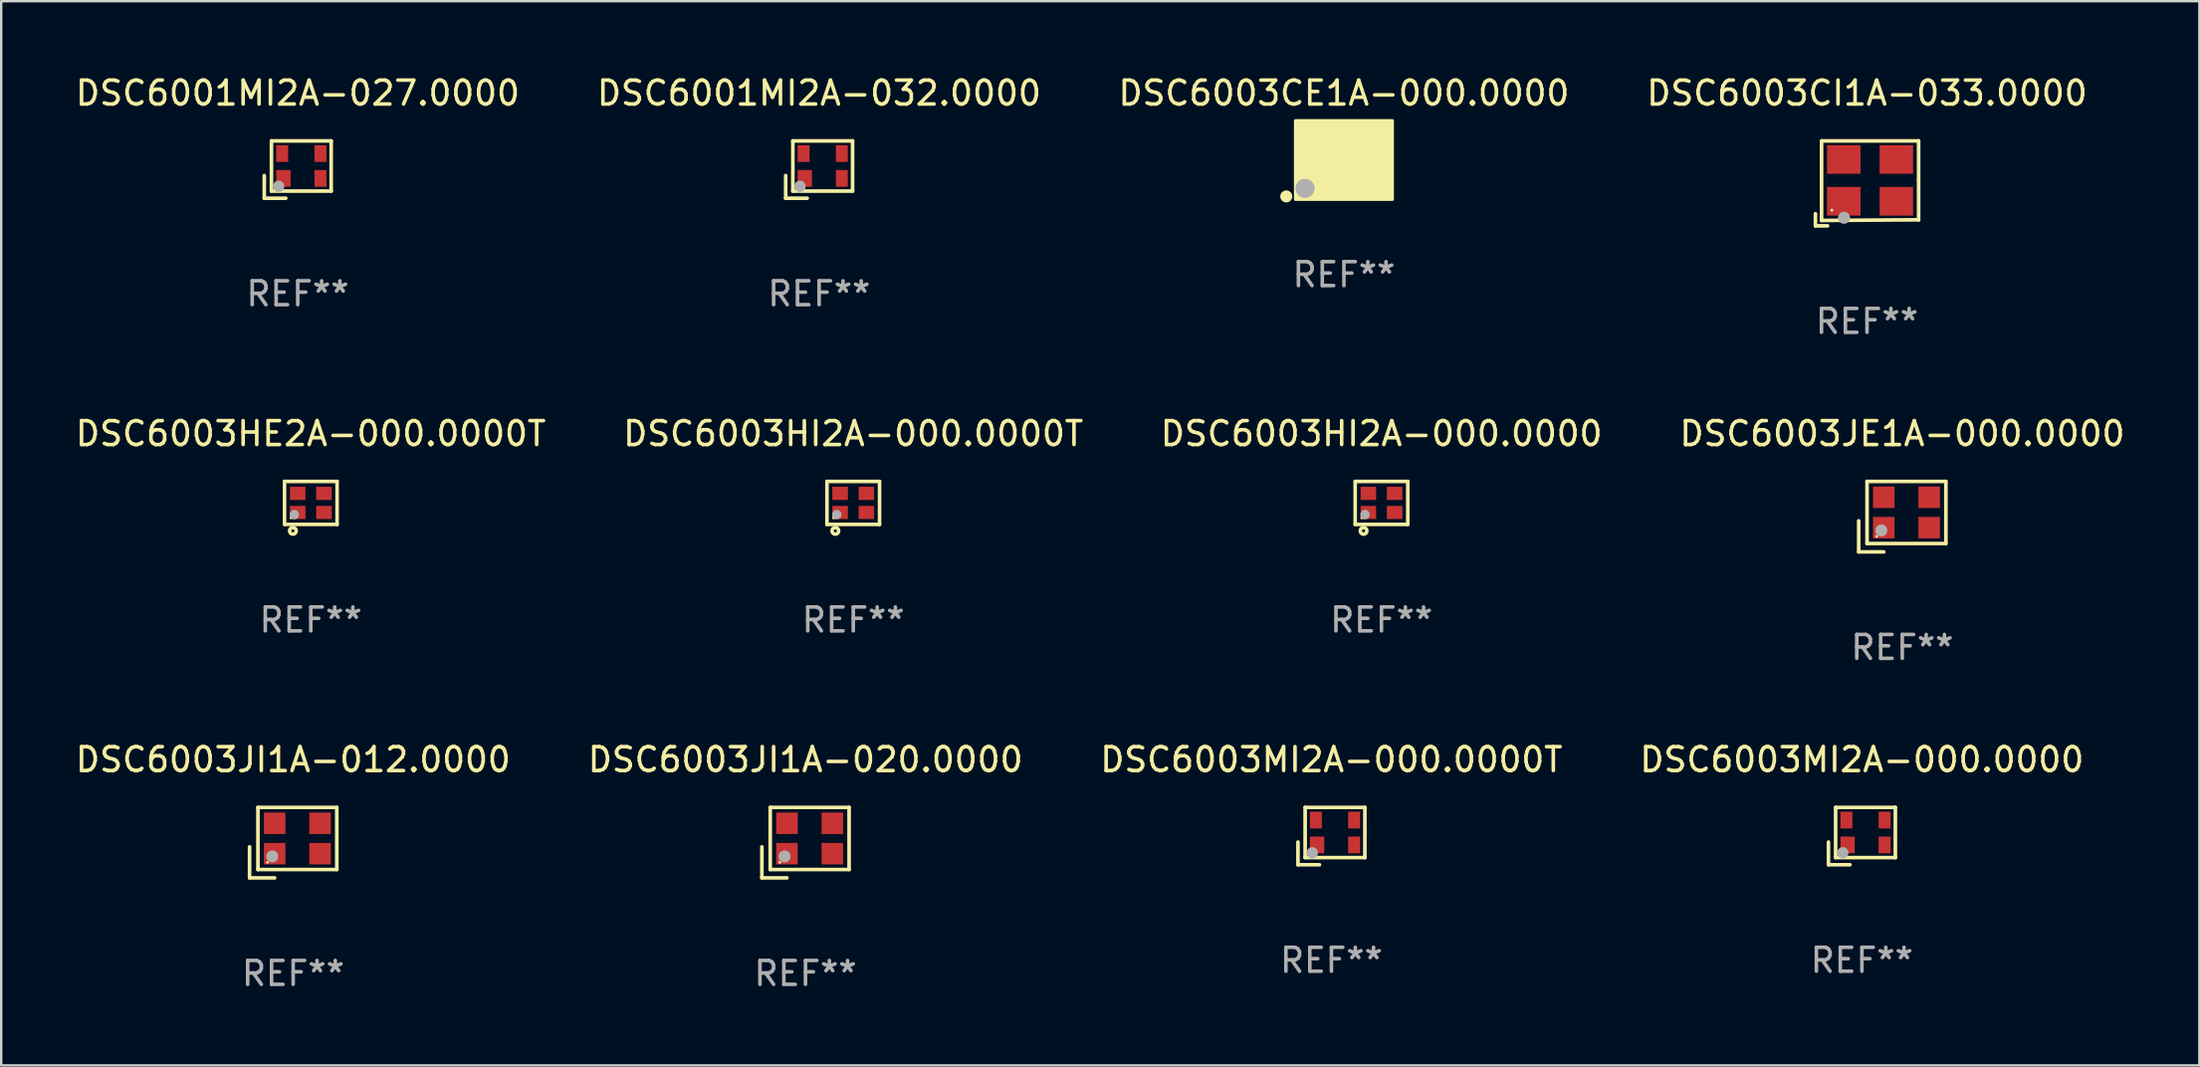
<source format=kicad_pcb>
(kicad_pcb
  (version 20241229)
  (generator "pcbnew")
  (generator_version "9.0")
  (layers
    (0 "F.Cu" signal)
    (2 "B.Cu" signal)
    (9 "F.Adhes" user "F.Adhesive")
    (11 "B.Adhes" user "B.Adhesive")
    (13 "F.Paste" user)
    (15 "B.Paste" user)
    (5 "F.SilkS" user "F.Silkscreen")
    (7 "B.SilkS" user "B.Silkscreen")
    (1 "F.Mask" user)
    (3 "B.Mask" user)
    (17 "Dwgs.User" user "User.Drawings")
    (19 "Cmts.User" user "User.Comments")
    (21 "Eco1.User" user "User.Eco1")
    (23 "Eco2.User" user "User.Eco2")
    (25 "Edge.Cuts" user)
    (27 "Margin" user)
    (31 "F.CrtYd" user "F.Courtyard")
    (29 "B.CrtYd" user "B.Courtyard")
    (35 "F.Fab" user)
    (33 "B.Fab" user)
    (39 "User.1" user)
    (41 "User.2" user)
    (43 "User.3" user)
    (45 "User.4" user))
  (footprint "DSC6003CI1A-033.0000"
    (layer "F.Cu")
    (at 75.089 4.626)
    (property "Reference" "DSC6003CI1A-033.0000" (at 0 -3.778 0) (layer "F.SilkS") (effects (font (size 1 1) (thickness 0.15))))
    (attr through_hole)
    (fp_line (start -2.159 1.27) (end -2.159 1.778) (stroke (width 0.152) (type solid)) (layer "F.SilkS"))
    (fp_line (start -2.159 1.778) (end -1.651 1.778) (stroke (width 0.152) (type solid)) (layer "F.SilkS"))
    (fp_line (start -1.902 -1.778) (end 2.159 -1.778) (stroke (width 0.152) (type solid)) (layer "F.SilkS"))
    (fp_line (start -1.902 1.552) (end -1.902 -1.778) (stroke (width 0.152) (type solid)) (layer "F.SilkS"))
    (fp_line (start 2.159 -1.778) (end 2.159 -0.127) (stroke (width 0.152) (type solid)) (layer "F.SilkS"))
    (fp_line (start 2.159 -0.127) (end 2.159 1.524) (stroke (width 0.152) (type solid)) (layer "F.SilkS"))
    (fp_line (start 2.159 1.524) (end -1.902 1.552) (stroke (width 0.152) (type solid)) (layer "F.SilkS"))
    (fp_line (start 2.159 1.524) (end 2.159 1.524) (stroke (width 0.152) (type solid)) (layer "F.SilkS"))
    (fp_circle (center -1.473 1.123) (end -1.443 1.123) (stroke (width 0.06) (type solid)) (fill no) (layer "F.SilkS"))
    (fp_circle (center -0.961 1.44) (end -0.834 1.44) (stroke (width 0.254) (type solid)) (fill no) (layer "F.Fab"))
    (fp_text user "REF**" (at 0 5.778 0) (layer "F.Fab") (effects (font (size 1 1) (thickness 0.15))))
    (pad "1" smd rect (at -0.973 0.748) (size 1.4 1.2) (layers "F.Cu" "F.Mask" "F.Paste"))
    (pad "2" smd rect (at 1.227 0.748) (size 1.4 1.2) (layers "F.Cu" "F.Mask" "F.Paste"))
    (pad "3" smd rect (at 1.227 -1.002) (size 1.4 1.2) (layers "F.Cu" "F.Mask" "F.Paste"))
    (pad "4" smd rect (at -0.973 -1.002) (size 1.4 1.2) (layers "F.Cu" "F.Mask" "F.Paste")))
  (footprint "DSC6001MI2A-032.0000"
    (layer "F.Cu")
    (at 31.232 4.048)
    (property "Reference" "DSC6001MI2A-032.0000" (at 0 -3.2 0) (layer "F.SilkS") (effects (font (size 1 1) (thickness 0.15))))
    (attr through_hole)
    (fp_line (start -1.4 0.25) (end -1.4 1.2) (stroke (width 0.152) (type solid)) (layer "F.SilkS"))
    (fp_line (start -1.4 1.2) (end -0.5 1.2) (stroke (width 0.152) (type solid)) (layer "F.SilkS"))
    (fp_line (start -1.1 -1.2) (end -1.1 0.9) (stroke (width 0.152) (type solid)) (layer "F.SilkS"))
    (fp_line (start -1.1 -1.2) (end 1.4 -1.2) (stroke (width 0.152) (type solid)) (layer "F.SilkS"))
    (fp_line (start -1.1 0.9) (end 1.4 0.9) (stroke (width 0.152) (type solid)) (layer "F.SilkS"))
    (fp_line (start 1.4 0.9) (end 1.4 -1.2) (stroke (width 0.152) (type solid)) (layer "F.SilkS"))
    (fp_circle (center -0.85 0.65) (end -0.82 0.65) (stroke (width 0.06) (type solid)) (fill no) (layer "F.SilkS"))
    (fp_circle (center -0.8 0.7) (end -0.68 0.7) (stroke (width 0.24) (type solid)) (fill no) (layer "F.Fab"))
    (fp_text user "REF**" (at 0 5.2 0) (layer "F.Fab") (effects (font (size 1 1) (thickness 0.15))))
    (pad "1" smd rect (at -0.6 0.37) (size 0.6 0.7) (layers "F.Cu" "F.Mask" "F.Paste"))
    (pad "2" smd rect (at 0.95 0.37) (size 0.5 0.7) (layers "F.Cu" "F.Mask" "F.Paste"))
    (pad "3" smd rect (at 0.95 -0.67) (size 0.5 0.7) (layers "F.Cu" "F.Mask" "F.Paste"))
    (pad "4" smd rect (at -0.65 -0.67) (size 0.5 0.7) (layers "F.Cu" "F.Mask" "F.Paste")))
  (footprint "DSC6001MI2A-027.0000"
    (layer "F.Cu")
    (at 9.411 4.048)
    (property "Reference" "DSC6001MI2A-027.0000" (at 0 -3.2 0) (layer "F.SilkS") (effects (font (size 1 1) (thickness 0.15))))
    (attr through_hole)
    (fp_line (start -1.4 0.25) (end -1.4 1.2) (stroke (width 0.152) (type solid)) (layer "F.SilkS"))
    (fp_line (start -1.4 1.2) (end -0.5 1.2) (stroke (width 0.152) (type solid)) (layer "F.SilkS"))
    (fp_line (start -1.1 -1.2) (end -1.1 0.9) (stroke (width 0.152) (type solid)) (layer "F.SilkS"))
    (fp_line (start -1.1 -1.2) (end 1.4 -1.2) (stroke (width 0.152) (type solid)) (layer "F.SilkS"))
    (fp_line (start -1.1 0.9) (end 1.4 0.9) (stroke (width 0.152) (type solid)) (layer "F.SilkS"))
    (fp_line (start 1.4 0.9) (end 1.4 -1.2) (stroke (width 0.152) (type solid)) (layer "F.SilkS"))
    (fp_circle (center -0.85 0.65) (end -0.82 0.65) (stroke (width 0.06) (type solid)) (fill no) (layer "F.SilkS"))
    (fp_circle (center -0.8 0.7) (end -0.68 0.7) (stroke (width 0.24) (type solid)) (fill no) (layer "F.Fab"))
    (fp_text user "REF**" (at 0 5.2 0) (layer "F.Fab") (effects (font (size 1 1) (thickness 0.15))))
    (pad "1" smd rect (at -0.6 0.37) (size 0.6 0.7) (layers "F.Cu" "F.Mask" "F.Paste"))
    (pad "2" smd rect (at 0.95 0.37) (size 0.5 0.7) (layers "F.Cu" "F.Mask" "F.Paste"))
    (pad "3" smd rect (at 0.95 -0.67) (size 0.5 0.7) (layers "F.Cu" "F.Mask" "F.Paste"))
    (pad "4" smd rect (at -0.65 -0.67) (size 0.5 0.7) (layers "F.Cu" "F.Mask" "F.Paste")))
  (footprint "DSC6003MI2A-000.0000"
    (layer "F.Cu")
    (at 74.875 31.947)
    (property "Reference" "DSC6003MI2A-000.0000" (at 0 -3.2 0) (layer "F.SilkS") (effects (font (size 1 1) (thickness 0.15))))
    (attr through_hole)
    (fp_line (start -1.4 0.25) (end -1.4 1.2) (stroke (width 0.152) (type solid)) (layer "F.SilkS"))
    (fp_line (start -1.4 1.2) (end -0.5 1.2) (stroke (width 0.152) (type solid)) (layer "F.SilkS"))
    (fp_line (start -1.1 -1.2) (end -1.1 0.9) (stroke (width 0.152) (type solid)) (layer "F.SilkS"))
    (fp_line (start -1.1 -1.2) (end 1.4 -1.2) (stroke (width 0.152) (type solid)) (layer "F.SilkS"))
    (fp_line (start -1.1 0.9) (end 1.4 0.9) (stroke (width 0.152) (type solid)) (layer "F.SilkS"))
    (fp_line (start 1.4 0.9) (end 1.4 -1.2) (stroke (width 0.152) (type solid)) (layer "F.SilkS"))
    (fp_circle (center -0.85 0.65) (end -0.82 0.65) (stroke (width 0.06) (type solid)) (fill no) (layer "F.SilkS"))
    (fp_circle (center -0.8 0.7) (end -0.68 0.7) (stroke (width 0.24) (type solid)) (fill no) (layer "F.Fab"))
    (fp_text user "REF**" (at 0 5.2 0) (layer "F.Fab") (effects (font (size 1 1) (thickness 0.15))))
    (pad "1" smd rect (at -0.6 0.37) (size 0.6 0.7) (layers "F.Cu" "F.Mask" "F.Paste"))
    (pad "2" smd rect (at 0.95 0.37) (size 0.5 0.7) (layers "F.Cu" "F.Mask" "F.Paste"))
    (pad "3" smd rect (at 0.95 -0.67) (size 0.5 0.7) (layers "F.Cu" "F.Mask" "F.Paste"))
    (pad "4" smd rect (at -0.65 -0.67) (size 0.5 0.7) (layers "F.Cu" "F.Mask" "F.Paste")))
  (footprint "DSC6003HI2A-000.0000T"
    (layer "F.Cu")
    (at 32.661 18.001)
    (property "Reference" "DSC6003HI2A-000.0000T" (at 0 -2.9 0) (layer "F.SilkS") (effects (font (size 1 1) (thickness 0.15))))
    (attr through_hole)
    (fp_line (start -1.1 -0.9) (end -1.1 0.9) (stroke (width 0.15) (type solid)) (layer "F.SilkS"))
    (fp_line (start -1.1 -0.9) (end 1.1 -0.9) (stroke (width 0.15) (type solid)) (layer "F.SilkS"))
    (fp_line (start -1.1 0.9) (end 1.1 0.9) (stroke (width 0.15) (type solid)) (layer "F.SilkS"))
    (fp_line (start 1.1 -0.9) (end 1.1 0.9) (stroke (width 0.15) (type solid)) (layer "F.SilkS"))
    (fp_circle (center -0.825 0.625) (end -0.795 0.625) (stroke (width 0.06) (type solid)) (fill no) (layer "F.SilkS"))
    (fp_circle (center -0.75 1.17) (end -0.686 1.17) (stroke (width 0.15) (type solid)) (fill no) (layer "F.SilkS"))
    (fp_circle (center -0.69 0.49) (end -0.59 0.49) (stroke (width 0.2) (type solid)) (fill no) (layer "F.Fab"))
    (fp_text user "REF**" (at 0 4.9 0) (layer "F.Fab") (effects (font (size 1 1) (thickness 0.15))))
    (pad "1" smd rect (at -0.55 0.4) (size 0.65 0.55) (layers "F.Cu" "F.Mask" "F.Paste"))
    (pad "2" smd rect (at 0.55 0.4) (size 0.65 0.55) (layers "F.Cu" "F.Mask" "F.Paste"))
    (pad "3" smd rect (at 0.55 -0.4) (size 0.65 0.55) (layers "F.Cu" "F.Mask" "F.Paste"))
    (pad "4" smd rect (at -0.55 -0.4) (size 0.65 0.55) (layers "F.Cu" "F.Mask" "F.Paste")))
  (footprint "DSC6003JI1A-020.0000"
    (layer "F.Cu")
    (at 30.661 32.222)
    (property "Reference" "DSC6003JI1A-020.0000" (at 0 -3.475 0) (layer "F.SilkS") (effects (font (size 1 1) (thickness 0.15))))
    (attr through_hole)
    (fp_line (start -1.825 0.175) (end -1.825 1.475) (stroke (width 0.152) (type solid)) (layer "F.SilkS"))
    (fp_line (start -1.825 1.475) (end -0.775 1.475) (stroke (width 0.152) (type solid)) (layer "F.SilkS"))
    (fp_line (start -1.475 -1.475) (end -1.475 1.125) (stroke (width 0.152) (type solid)) (layer "F.SilkS"))
    (fp_line (start -1.475 1.125) (end 1.825 1.125) (stroke (width 0.152) (type solid)) (layer "F.SilkS"))
    (fp_line (start 1.825 -1.475) (end -1.475 -1.475) (stroke (width 0.152) (type solid)) (layer "F.SilkS"))
    (fp_line (start 1.825 1.125) (end 1.825 -1.475) (stroke (width 0.152) (type solid)) (layer "F.SilkS"))
    (fp_circle (center -1.075 0.825) (end -1.045 0.825) (stroke (width 0.06) (type solid)) (fill no) (layer "F.SilkS"))
    (fp_circle (center -0.875 0.575) (end -0.748 0.575) (stroke (width 0.254) (type solid)) (fill no) (layer "F.Fab"))
    (fp_text user "REF**" (at 0 5.475 0) (layer "F.Fab") (effects (font (size 1 1) (thickness 0.15))))
    (pad "1" smd rect (at -0.775 0.46) (size 0.9 0.9) (layers "F.Cu" "F.Mask" "F.Paste"))
    (pad "2" smd rect (at 1.125 0.46) (size 0.9 0.9) (layers "F.Cu" "F.Mask" "F.Paste"))
    (pad "3" smd rect (at 1.125 -0.81) (size 0.9 0.9) (layers "F.Cu" "F.Mask" "F.Paste"))
    (pad "4" smd rect (at -0.775 -0.81) (size 0.9 0.9) (layers "F.Cu" "F.Mask" "F.Paste")))
  (footprint "DSC6003CE1A-000.0000"
    (layer "F.Cu")
    (at 53.196 3.648)
    (property "Reference" "DSC6003CE1A-000.0000" (at 0 -2.8 0) (layer "F.SilkS") (effects (font (size 1 1) (thickness 0.15))))
    (attr through_hole)
    (fp_circle (center -2.413 1.524) (end -2.286 1.524) (stroke (width 0.254) (type solid)) (fill no) (layer "F.SilkS"))
    (fp_circle (center -1.6 1.25) (end -1.57 1.25) (stroke (width 0.06) (type solid)) (fill no) (layer "F.SilkS"))
    (fp_poly (pts (xy -2.032 -1.651) (xy 2.032 -1.651) (xy 2.032 1.651) (xy -2.032 1.651)) (stroke (width 0.12) (type solid)) (fill yes) (layer "F.SilkS"))
    (fp_circle (center -1.627 1.185) (end -1.427 1.185) (stroke (width 0.4) (type solid)) (fill no) (layer "F.Fab"))
    (fp_text user "REF**" (at 0 4.8 0) (layer "F.Fab") (effects (font (size 1 1) (thickness 0.15))))
    (pad "1" smd rect (at -1.05 0.8) (size 1.4 1.2) (layers "F.Cu" "F.Mask" "F.Paste"))
    (pad "2" smd rect (at 1.05 0.8) (size 1.4 1.2) (layers "F.Cu" "F.Mask" "F.Paste"))
    (pad "3" smd rect (at 1.05 -0.8) (size 1.4 1.2) (layers "F.Cu" "F.Mask" "F.Paste"))
    (pad "4" smd rect (at -1.05 -0.8) (size 1.4 1.2) (layers "F.Cu" "F.Mask" "F.Paste")))
  (footprint "DSC6003HE2A-000.0000T"
    (layer "F.Cu")
    (at 9.958 18.001)
    (property "Reference" "DSC6003HE2A-000.0000T" (at 0 -2.9 0) (layer "F.SilkS") (effects (font (size 1 1) (thickness 0.15))))
    (attr through_hole)
    (fp_line (start -1.1 -0.9) (end -1.1 0.9) (stroke (width 0.15) (type solid)) (layer "F.SilkS"))
    (fp_line (start -1.1 -0.9) (end 1.1 -0.9) (stroke (width 0.15) (type solid)) (layer "F.SilkS"))
    (fp_line (start -1.1 0.9) (end 1.1 0.9) (stroke (width 0.15) (type solid)) (layer "F.SilkS"))
    (fp_line (start 1.1 -0.9) (end 1.1 0.9) (stroke (width 0.15) (type solid)) (layer "F.SilkS"))
    (fp_circle (center -0.825 0.625) (end -0.795 0.625) (stroke (width 0.06) (type solid)) (fill no) (layer "F.SilkS"))
    (fp_circle (center -0.75 1.17) (end -0.686 1.17) (stroke (width 0.15) (type solid)) (fill no) (layer "F.SilkS"))
    (fp_circle (center -0.69 0.49) (end -0.59 0.49) (stroke (width 0.2) (type solid)) (fill no) (layer "F.Fab"))
    (fp_text user "REF**" (at 0 4.9 0) (layer "F.Fab") (effects (font (size 1 1) (thickness 0.15))))
    (pad "1" smd rect (at -0.55 0.4) (size 0.65 0.55) (layers "F.Cu" "F.Mask" "F.Paste"))
    (pad "2" smd rect (at 0.55 0.4) (size 0.65 0.55) (layers "F.Cu" "F.Mask" "F.Paste"))
    (pad "3" smd rect (at 0.55 -0.4) (size 0.65 0.55) (layers "F.Cu" "F.Mask" "F.Paste"))
    (pad "4" smd rect (at -0.55 -0.4) (size 0.65 0.55) (layers "F.Cu" "F.Mask" "F.Paste")))
  (footprint "DSC6003JE1A-000.0000"
    (layer "F.Cu")
    (at 76.565 18.576)
    (property "Reference" "DSC6003JE1A-000.0000" (at 0 -3.475 0) (layer "F.SilkS") (effects (font (size 1 1) (thickness 0.15))))
    (attr through_hole)
    (fp_line (start -1.825 0.175) (end -1.825 1.475) (stroke (width 0.152) (type solid)) (layer "F.SilkS"))
    (fp_line (start -1.825 1.475) (end -0.775 1.475) (stroke (width 0.152) (type solid)) (layer "F.SilkS"))
    (fp_line (start -1.475 -1.475) (end -1.475 1.125) (stroke (width 0.152) (type solid)) (layer "F.SilkS"))
    (fp_line (start -1.475 1.125) (end 1.825 1.125) (stroke (width 0.152) (type solid)) (layer "F.SilkS"))
    (fp_line (start 1.825 -1.475) (end -1.475 -1.475) (stroke (width 0.152) (type solid)) (layer "F.SilkS"))
    (fp_line (start 1.825 1.125) (end 1.825 -1.475) (stroke (width 0.152) (type solid)) (layer "F.SilkS"))
    (fp_circle (center -1.075 0.825) (end -1.045 0.825) (stroke (width 0.06) (type solid)) (fill no) (layer "F.SilkS"))
    (fp_circle (center -0.875 0.575) (end -0.748 0.575) (stroke (width 0.254) (type solid)) (fill no) (layer "F.Fab"))
    (fp_text user "REF**" (at 0 5.475 0) (layer "F.Fab") (effects (font (size 1 1) (thickness 0.15))))
    (pad "1" smd rect (at -0.775 0.46) (size 0.9 0.9) (layers "F.Cu" "F.Mask" "F.Paste"))
    (pad "2" smd rect (at 1.125 0.46) (size 0.9 0.9) (layers "F.Cu" "F.Mask" "F.Paste"))
    (pad "3" smd rect (at 1.125 -0.81) (size 0.9 0.9) (layers "F.Cu" "F.Mask" "F.Paste"))
    (pad "4" smd rect (at -0.775 -0.81) (size 0.9 0.9) (layers "F.Cu" "F.Mask" "F.Paste")))
  (footprint "DSC6003MI2A-000.0000T"
    (layer "F.Cu")
    (at 52.673 31.947)
    (property "Reference" "DSC6003MI2A-000.0000T" (at 0 -3.2 0) (layer "F.SilkS") (effects (font (size 1 1) (thickness 0.15))))
    (attr through_hole)
    (fp_line (start -1.4 0.25) (end -1.4 1.2) (stroke (width 0.152) (type solid)) (layer "F.SilkS"))
    (fp_line (start -1.4 1.2) (end -0.5 1.2) (stroke (width 0.152) (type solid)) (layer "F.SilkS"))
    (fp_line (start -1.1 -1.2) (end -1.1 0.9) (stroke (width 0.152) (type solid)) (layer "F.SilkS"))
    (fp_line (start -1.1 -1.2) (end 1.4 -1.2) (stroke (width 0.152) (type solid)) (layer "F.SilkS"))
    (fp_line (start -1.1 0.9) (end 1.4 0.9) (stroke (width 0.152) (type solid)) (layer "F.SilkS"))
    (fp_line (start 1.4 0.9) (end 1.4 -1.2) (stroke (width 0.152) (type solid)) (layer "F.SilkS"))
    (fp_circle (center -0.85 0.65) (end -0.82 0.65) (stroke (width 0.06) (type solid)) (fill no) (layer "F.SilkS"))
    (fp_circle (center -0.8 0.7) (end -0.68 0.7) (stroke (width 0.24) (type solid)) (fill no) (layer "F.Fab"))
    (fp_text user "REF**" (at 0 5.2 0) (layer "F.Fab") (effects (font (size 1 1) (thickness 0.15))))
    (pad "1" smd rect (at -0.6 0.37) (size 0.6 0.7) (layers "F.Cu" "F.Mask" "F.Paste"))
    (pad "2" smd rect (at 0.95 0.37) (size 0.5 0.7) (layers "F.Cu" "F.Mask" "F.Paste"))
    (pad "3" smd rect (at 0.95 -0.67) (size 0.5 0.7) (layers "F.Cu" "F.Mask" "F.Paste"))
    (pad "4" smd rect (at -0.65 -0.67) (size 0.5 0.7) (layers "F.Cu" "F.Mask" "F.Paste")))
  (footprint "DSC6003JI1A-012.0000"
    (layer "F.Cu")
    (at 9.22 32.222)
    (property "Reference" "DSC6003JI1A-012.0000" (at 0 -3.475 0) (layer "F.SilkS") (effects (font (size 1 1) (thickness 0.15))))
    (attr through_hole)
    (fp_line (start -1.825 0.175) (end -1.825 1.475) (stroke (width 0.152) (type solid)) (layer "F.SilkS"))
    (fp_line (start -1.825 1.475) (end -0.775 1.475) (stroke (width 0.152) (type solid)) (layer "F.SilkS"))
    (fp_line (start -1.475 -1.475) (end -1.475 1.125) (stroke (width 0.152) (type solid)) (layer "F.SilkS"))
    (fp_line (start -1.475 1.125) (end 1.825 1.125) (stroke (width 0.152) (type solid)) (layer "F.SilkS"))
    (fp_line (start 1.825 -1.475) (end -1.475 -1.475) (stroke (width 0.152) (type solid)) (layer "F.SilkS"))
    (fp_line (start 1.825 1.125) (end 1.825 -1.475) (stroke (width 0.152) (type solid)) (layer "F.SilkS"))
    (fp_circle (center -1.075 0.825) (end -1.045 0.825) (stroke (width 0.06) (type solid)) (fill no) (layer "F.SilkS"))
    (fp_circle (center -0.875 0.575) (end -0.748 0.575) (stroke (width 0.254) (type solid)) (fill no) (layer "F.Fab"))
    (fp_text user "REF**" (at 0 5.475 0) (layer "F.Fab") (effects (font (size 1 1) (thickness 0.15))))
    (pad "1" smd rect (at -0.775 0.46) (size 0.9 0.9) (layers "F.Cu" "F.Mask" "F.Paste"))
    (pad "2" smd rect (at 1.125 0.46) (size 0.9 0.9) (layers "F.Cu" "F.Mask" "F.Paste"))
    (pad "3" smd rect (at 1.125 -0.81) (size 0.9 0.9) (layers "F.Cu" "F.Mask" "F.Paste"))
    (pad "4" smd rect (at -0.775 -0.81) (size 0.9 0.9) (layers "F.Cu" "F.Mask" "F.Paste")))
  (footprint "DSC6003HI2A-000.0000"
    (layer "F.Cu")
    (at 54.768 18.001)
    (property "Reference" "DSC6003HI2A-000.0000" (at 0 -2.9 0) (layer "F.SilkS") (effects (font (size 1 1) (thickness 0.15))))
    (attr through_hole)
    (fp_line (start -1.1 -0.9) (end -1.1 0.9) (stroke (width 0.15) (type solid)) (layer "F.SilkS"))
    (fp_line (start -1.1 -0.9) (end 1.1 -0.9) (stroke (width 0.15) (type solid)) (layer "F.SilkS"))
    (fp_line (start -1.1 0.9) (end 1.1 0.9) (stroke (width 0.15) (type solid)) (layer "F.SilkS"))
    (fp_line (start 1.1 -0.9) (end 1.1 0.9) (stroke (width 0.15) (type solid)) (layer "F.SilkS"))
    (fp_circle (center -0.825 0.625) (end -0.795 0.625) (stroke (width 0.06) (type solid)) (fill no) (layer "F.SilkS"))
    (fp_circle (center -0.75 1.17) (end -0.686 1.17) (stroke (width 0.15) (type solid)) (fill no) (layer "F.SilkS"))
    (fp_circle (center -0.69 0.49) (end -0.59 0.49) (stroke (width 0.2) (type solid)) (fill no) (layer "F.Fab"))
    (fp_text user "REF**" (at 0 4.9 0) (layer "F.Fab") (effects (font (size 1 1) (thickness 0.15))))
    (pad "1" smd rect (at -0.55 0.4) (size 0.65 0.55) (layers "F.Cu" "F.Mask" "F.Paste"))
    (pad "2" smd rect (at 0.55 0.4) (size 0.65 0.55) (layers "F.Cu" "F.Mask" "F.Paste"))
    (pad "3" smd rect (at 0.55 -0.4) (size 0.65 0.55) (layers "F.Cu" "F.Mask" "F.Paste"))
    (pad "4" smd rect (at -0.55 -0.4) (size 0.65 0.55) (layers "F.Cu" "F.Mask" "F.Paste")))
  (gr_rect
    (start -3 -3)
    (end 89 41.546)
    (stroke (width 0.1) (type default))
    (fill no)
    (layer "Edge.Cuts")))
</source>
